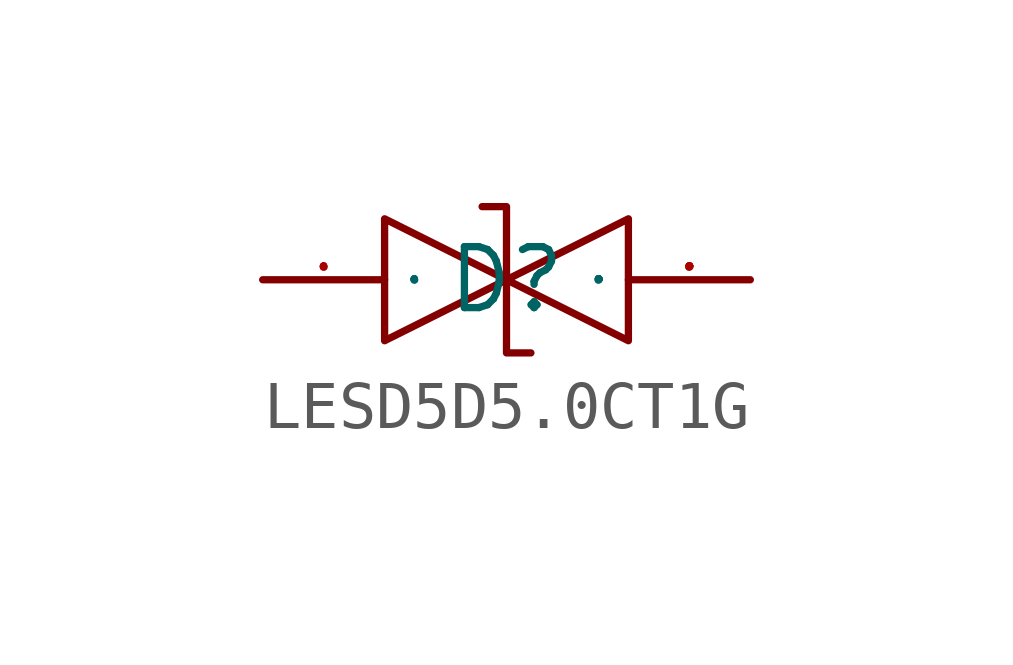
<source format=kicad_sym>
(kicad_symbol_lib
  (version 20241209)
  (generator "kicad_symbol_editor")
  (generator_version "9.0")
  (symbol "LESD5D5.0CT1G"
    (property "Reference" "D"
      (at 0 0 0)
      (effects (font (size 1.27 1.27))))
    (property "Value" ""
      (at 0 0 0)
      (effects (font (size 1.27 1.27))))
    (symbol "LESD5D5.0CT1G_1_0"
      (polyline (pts (xy -2.54 1.27) (xy 0 0) (xy 0 0) (xy -2.54 -1.27) (xy -2.54 -1.27) (xy -2.54 1.27)) (stroke (width 0) (type default)) (fill (type none)))
      (polyline (pts (xy -0.508 1.524) (xy -0.508 1.524) (xy -0.508 1.524) (xy 0 1.524) (xy 0 1.524) (xy 0 -1.524) (xy 0 -1.524) (xy 0.508 -1.524) (xy 0.508 -1.524) (xy 0.508 -1.524)) (stroke (width 0) (type default)) (fill (type none)))
      (polyline (pts (xy 2.54 1.27) (xy 0 0) (xy 0 0) (xy 2.54 -1.27) (xy 2.54 -1.27) (xy 2.54 1.27)) (stroke (width 0) (type default)) (fill (type none)))
      (pin unspecified line (at -5.08 0 0) (length 2.54) (name "1" (effects (font (size 0.025 0.025)))) (number "1" (effects (font (size 0.025 0.025)))))
      (pin unspecified line (at 5.08 0 180) (length 2.54) (name "2" (effects (font (size 0.025 0.025)))) (number "2" (effects (font (size 0.025 0.025))))))))
</source>
